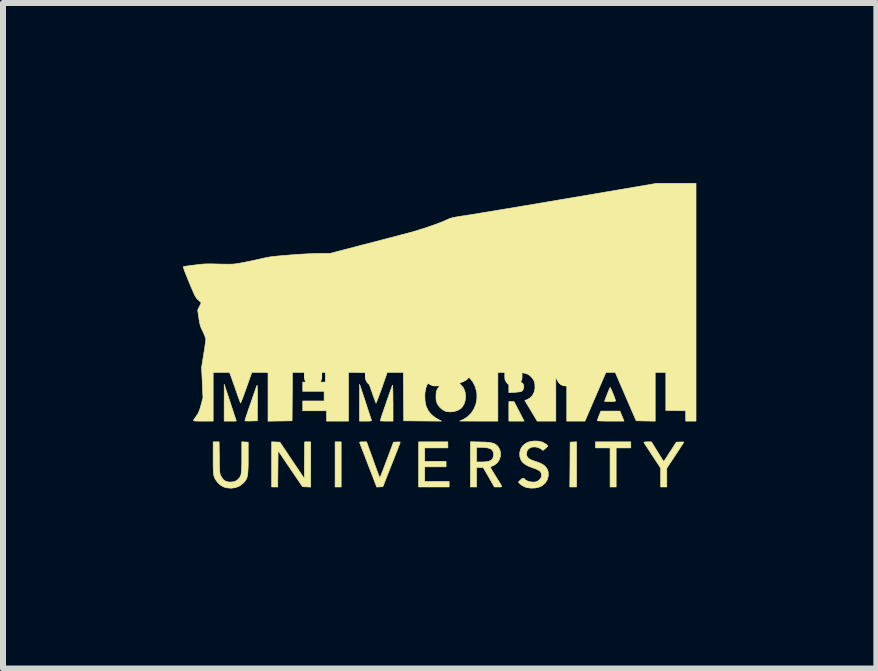
<source format=kicad_pcb>
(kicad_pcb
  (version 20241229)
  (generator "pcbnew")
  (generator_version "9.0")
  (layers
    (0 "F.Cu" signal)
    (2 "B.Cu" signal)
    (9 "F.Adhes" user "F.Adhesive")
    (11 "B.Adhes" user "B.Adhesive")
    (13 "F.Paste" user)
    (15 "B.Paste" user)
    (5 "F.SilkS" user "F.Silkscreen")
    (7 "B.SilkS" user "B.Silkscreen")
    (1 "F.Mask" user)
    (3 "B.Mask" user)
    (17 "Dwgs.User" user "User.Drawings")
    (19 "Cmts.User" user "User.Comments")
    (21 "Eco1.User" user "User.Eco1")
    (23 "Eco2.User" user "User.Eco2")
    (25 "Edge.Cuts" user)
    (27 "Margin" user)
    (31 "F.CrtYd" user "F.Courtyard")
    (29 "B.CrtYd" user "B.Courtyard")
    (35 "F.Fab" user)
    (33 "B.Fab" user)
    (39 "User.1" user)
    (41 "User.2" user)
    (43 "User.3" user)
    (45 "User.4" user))
  (footprint "MUN"
    (layer "F.Cu")
    (at 4.271 2.545)
    (property "Reference" "MUN" (at 0 0 0) (layer "F.SilkS") (effects (font (size 1.524 1.524) (thickness 0.3))))
    (attr through_hole)
    (fp_poly (pts (xy -1.636 2.52) (xy -1.737 2.52) (xy -1.737 1.768) (xy -1.636 1.768) (xy -1.636 2.52)) (stroke (width 0.01) (type solid)) (fill yes) (layer "F.SilkS"))
    (fp_poly (pts (xy 2.286 2.52) (xy 2.174 2.52) (xy 2.177 2.146) (xy 2.179 1.773) (xy 2.286 1.767) (xy 2.286 2.52)) (stroke (width 0.01) (type solid)) (fill yes) (layer "F.SilkS"))
    (fp_poly (pts (xy 1.201 1.097) (xy 1.245 1.098) (xy 1.329 1.26) (xy 1.413 1.422) (xy 1.158 1.422) (xy 1.158 1.097) (xy 1.201 1.097)) (stroke (width 0.01) (type solid)) (fill yes) (layer "F.SilkS"))
    (fp_poly (pts (xy 3.19 1.869) (xy 2.946 1.869) (xy 2.946 2.52) (xy 2.845 2.52) (xy 2.845 1.869) (xy 2.601 1.869) (xy 2.601 1.768) (xy 3.19 1.768) (xy 3.19 1.869)) (stroke (width 0.01) (type solid)) (fill yes) (layer "F.SilkS"))
    (fp_poly (pts (xy 0.142 1.869) (xy -0.244 1.869) (xy -0.244 2.093) (xy 0.112 2.093) (xy 0.112 2.184) (xy -0.244 2.184) (xy -0.244 2.428) (xy 0.163 2.428) (xy 0.163 2.52) (xy -0.345 2.52) (xy -0.345 1.768) (xy 0.142 1.768) (xy 0.142 1.869)) (stroke (width 0.01) (type solid)) (fill yes) (layer "F.SilkS"))
    (fp_poly (pts (xy -3.484 1.113) (xy -3.46 1.187) (xy -3.437 1.255) (xy -3.418 1.315) (xy -3.402 1.363) (xy -3.39 1.398) (xy -3.384 1.417) (xy -3.383 1.42) (xy -3.393 1.421) (xy -3.418 1.422) (xy -3.455 1.422) (xy -3.485 1.422) (xy -3.586 1.422) (xy -3.585 0.808) (xy -3.484 1.113)) (stroke (width 0.01) (type solid)) (fill yes) (layer "F.SilkS"))
    (fp_poly (pts (xy -1.233 1.097) (xy -1.209 1.171) (xy -1.187 1.239) (xy -1.167 1.298) (xy -1.151 1.347) (xy -1.139 1.383) (xy -1.133 1.402) (xy -1.132 1.405) (xy -1.131 1.413) (xy -1.137 1.418) (xy -1.153 1.421) (xy -1.183 1.422) (xy -1.229 1.422) (xy -1.331 1.422) (xy -1.329 0.808) (xy -1.233 1.097)) (stroke (width 0.01) (type solid)) (fill yes) (layer "F.SilkS"))
    (fp_poly (pts (xy 1.259 0.764) (xy 1.315 0.767) (xy 1.355 0.774) (xy 1.381 0.786) (xy 1.398 0.805) (xy 1.407 0.832) (xy 1.407 0.833) (xy 1.407 0.865) (xy 1.395 0.898) (xy 1.375 0.923) (xy 1.364 0.93) (xy 1.346 0.933) (xy 1.314 0.937) (xy 1.273 0.941) (xy 1.252 0.942) (xy 1.158 0.948) (xy 1.158 0.76) (xy 1.259 0.764)) (stroke (width 0.01) (type solid)) (fill yes) (layer "F.SilkS"))
    (fp_poly (pts (xy 3.034 1.316) (xy 3.049 1.351) (xy 3.062 1.383) (xy 3.069 1.4) (xy 3.078 1.422) (xy 2.855 1.422) (xy 2.79 1.422) (xy 2.732 1.421) (xy 2.685 1.42) (xy 2.651 1.418) (xy 2.633 1.416) (xy 2.631 1.415) (xy 2.635 1.402) (xy 2.644 1.376) (xy 2.657 1.341) (xy 2.661 1.331) (xy 2.691 1.255) (xy 3.009 1.255) (xy 3.034 1.316)) (stroke (width 0.01) (type solid)) (fill yes) (layer "F.SilkS"))
    (fp_poly (pts (xy -2.726 1.77) (xy -2.657 1.773) (xy -2.454 2.076) (xy -2.25 2.379) (xy -2.248 2.073) (xy -2.245 1.768) (xy -2.144 1.768) (xy -2.144 2.521) (xy -2.28 2.515) (xy -2.352 2.408) (xy -2.381 2.367) (xy -2.417 2.313) (xy -2.459 2.251) (xy -2.503 2.186) (xy -2.547 2.122) (xy -2.556 2.108) (xy -2.687 1.915) (xy -2.69 2.217) (xy -2.693 2.52) (xy -2.794 2.52) (xy -2.794 1.767) (xy -2.726 1.77)) (stroke (width 0.01) (type solid)) (fill yes) (layer "F.SilkS"))
    (fp_poly (pts (xy -3.035 0.829) (xy -3.033 0.853) (xy -3.031 0.897) (xy -3.03 0.961) (xy -3.03 1.044) (xy -3.03 1.113) (xy -3.033 1.417) (xy -3.137 1.42) (xy -3.18 1.421) (xy -3.215 1.42) (xy -3.236 1.418) (xy -3.241 1.416) (xy -3.238 1.404) (xy -3.229 1.376) (xy -3.215 1.334) (xy -3.198 1.282) (xy -3.178 1.222) (xy -3.156 1.158) (xy -3.133 1.093) (xy -3.111 1.028) (xy -3.09 0.967) (xy -3.071 0.914) (xy -3.056 0.87) (xy -3.044 0.84) (xy -3.038 0.825) (xy -3.038 0.824) (xy -3.035 0.829)) (stroke (width 0.01) (type solid)) (fill yes) (layer "F.SilkS"))
    (fp_poly (pts (xy 2.85 0.867) (xy 2.861 0.888) (xy 2.875 0.919) (xy 2.891 0.957) (xy 2.907 0.996) (xy 2.921 1.033) (xy 2.931 1.064) (xy 2.936 1.083) (xy 2.936 1.085) (xy 2.927 1.092) (xy 2.901 1.096) (xy 2.855 1.097) (xy 2.845 1.097) (xy 2.805 1.097) (xy 2.773 1.096) (xy 2.756 1.094) (xy 2.753 1.093) (xy 2.757 1.081) (xy 2.766 1.054) (xy 2.78 1.019) (xy 2.795 0.978) (xy 2.812 0.937) (xy 2.826 0.901) (xy 2.838 0.874) (xy 2.844 0.861) (xy 2.844 0.861) (xy 2.85 0.867)) (stroke (width 0.01) (type solid)) (fill yes) (layer "F.SilkS"))
    (fp_poly (pts (xy -0.779 0.829) (xy -0.777 0.853) (xy -0.775 0.892) (xy -0.774 0.946) (xy -0.773 1.011) (xy -0.773 1.085) (xy -0.772 1.115) (xy -0.772 1.422) (xy -0.879 1.422) (xy -0.923 1.422) (xy -0.958 1.42) (xy -0.98 1.418) (xy -0.986 1.416) (xy -0.982 1.404) (xy -0.973 1.376) (xy -0.96 1.335) (xy -0.942 1.283) (xy -0.922 1.224) (xy -0.9 1.16) (xy -0.878 1.094) (xy -0.855 1.03) (xy -0.834 0.969) (xy -0.815 0.915) (xy -0.799 0.871) (xy -0.788 0.84) (xy -0.782 0.824) (xy -0.781 0.823) (xy -0.779 0.829)) (stroke (width 0.01) (type solid)) (fill yes) (layer "F.SilkS"))
    (fp_poly (pts (xy 0.236 0.757) (xy 0.295 0.775) (xy 0.348 0.807) (xy 0.392 0.855) (xy 0.409 0.883) (xy 0.43 0.942) (xy 0.437 1.008) (xy 0.431 1.074) (xy 0.413 1.135) (xy 0.382 1.187) (xy 0.365 1.206) (xy 0.315 1.239) (xy 0.254 1.261) (xy 0.188 1.269) (xy 0.124 1.264) (xy 0.108 1.26) (xy 0.056 1.234) (xy 0.008 1.193) (xy -0.027 1.145) (xy -0.042 1.115) (xy -0.051 1.087) (xy -0.055 1.055) (xy -0.056 1.011) (xy -0.054 0.962) (xy -0.049 0.927) (xy -0.038 0.898) (xy -0.033 0.888) (xy 0.006 0.832) (xy 0.056 0.792) (xy 0.113 0.766) (xy 0.174 0.754) (xy 0.236 0.757)) (stroke (width 0.01) (type solid)) (fill yes) (layer "F.SilkS"))
    (fp_poly (pts (xy 3.634 1.93) (xy 3.666 1.981) (xy 3.694 2.025) (xy 3.716 2.06) (xy 3.732 2.084) (xy 3.739 2.092) (xy 3.739 2.092) (xy 3.746 2.084) (xy 3.762 2.061) (xy 3.785 2.027) (xy 3.813 1.983) (xy 3.845 1.933) (xy 3.846 1.933) (xy 3.948 1.773) (xy 4.011 1.77) (xy 4.044 1.769) (xy 4.067 1.77) (xy 4.074 1.772) (xy 4.069 1.782) (xy 4.054 1.806) (xy 4.03 1.842) (xy 4 1.889) (xy 3.964 1.943) (xy 3.932 1.992) (xy 3.79 2.206) (xy 3.79 2.52) (xy 3.688 2.52) (xy 3.688 2.205) (xy 3.552 1.999) (xy 3.514 1.941) (xy 3.48 1.889) (xy 3.45 1.844) (xy 3.428 1.809) (xy 3.414 1.787) (xy 3.41 1.781) (xy 3.411 1.773) (xy 3.426 1.769) (xy 3.458 1.768) (xy 3.469 1.768) (xy 3.535 1.768) (xy 3.634 1.93)) (stroke (width 0.01) (type solid)) (fill yes) (layer "F.SilkS"))
    (fp_poly (pts (xy -1.132 1.989) (xy -1.097 2.087) (xy -1.068 2.168) (xy -1.044 2.232) (xy -1.026 2.282) (xy -1.012 2.319) (xy -1.001 2.343) (xy -0.994 2.358) (xy -0.99 2.364) (xy -0.989 2.364) (xy -0.984 2.353) (xy -0.973 2.326) (xy -0.957 2.285) (xy -0.936 2.231) (xy -0.912 2.168) (xy -0.886 2.098) (xy -0.874 2.066) (xy -0.764 1.773) (xy -0.706 1.77) (xy -0.674 1.769) (xy -0.657 1.771) (xy -0.653 1.777) (xy -0.654 1.785) (xy -0.659 1.798) (xy -0.671 1.828) (xy -0.688 1.873) (xy -0.71 1.93) (xy -0.737 1.997) (xy -0.766 2.071) (xy -0.798 2.152) (xy -0.801 2.159) (xy -0.941 2.515) (xy -1.043 2.521) (xy -1.182 2.162) (xy -1.213 2.081) (xy -1.242 2.005) (xy -1.268 1.937) (xy -1.291 1.879) (xy -1.308 1.833) (xy -1.321 1.801) (xy -1.326 1.786) (xy -1.327 1.786) (xy -1.328 1.776) (xy -1.32 1.77) (xy -1.299 1.768) (xy -1.272 1.768) (xy -1.212 1.768) (xy -1.132 1.989)) (stroke (width 0.01) (type solid)) (fill yes) (layer "F.SilkS"))
    (fp_poly (pts (xy -3.185 1.773) (xy -3.185 2.037) (xy -3.185 2.13) (xy -3.187 2.205) (xy -3.19 2.266) (xy -3.195 2.313) (xy -3.202 2.351) (xy -3.213 2.382) (xy -3.227 2.408) (xy -3.246 2.432) (xy -3.269 2.457) (xy -3.271 2.459) (xy -3.328 2.502) (xy -3.395 2.53) (xy -3.468 2.54) (xy -3.543 2.534) (xy -3.594 2.519) (xy -3.647 2.489) (xy -3.695 2.444) (xy -3.734 2.391) (xy -3.754 2.344) (xy -3.759 2.322) (xy -3.763 2.294) (xy -3.766 2.256) (xy -3.768 2.206) (xy -3.769 2.141) (xy -3.769 2.06) (xy -3.769 2.03) (xy -3.769 1.768) (xy -3.67 1.768) (xy -3.666 2.029) (xy -3.665 2.109) (xy -3.664 2.172) (xy -3.662 2.219) (xy -3.66 2.255) (xy -3.658 2.281) (xy -3.654 2.301) (xy -3.649 2.317) (xy -3.642 2.333) (xy -3.637 2.342) (xy -3.606 2.39) (xy -3.567 2.421) (xy -3.518 2.436) (xy -3.483 2.438) (xy -3.427 2.433) (xy -3.383 2.416) (xy -3.346 2.385) (xy -3.339 2.377) (xy -3.325 2.359) (xy -3.315 2.339) (xy -3.306 2.315) (xy -3.3 2.284) (xy -3.296 2.243) (xy -3.294 2.19) (xy -3.292 2.123) (xy -3.292 2.038) (xy -3.292 2.019) (xy -3.292 1.767) (xy -3.185 1.773)) (stroke (width 0.01) (type solid)) (fill yes) (layer "F.SilkS"))
    (fp_poly (pts (xy 0.688 1.77) (xy 0.767 1.772) (xy 0.828 1.777) (xy 0.875 1.785) (xy 0.912 1.796) (xy 0.941 1.813) (xy 0.966 1.834) (xy 0.977 1.847) (xy 1.007 1.897) (xy 1.02 1.953) (xy 1.017 2.01) (xy 1 2.064) (xy 0.969 2.112) (xy 0.925 2.15) (xy 0.889 2.168) (xy 0.865 2.179) (xy 0.852 2.19) (xy 0.851 2.194) (xy 0.857 2.206) (xy 0.872 2.232) (xy 0.894 2.269) (xy 0.922 2.314) (xy 0.94 2.343) (xy 0.978 2.403) (xy 1.006 2.448) (xy 1.025 2.48) (xy 1.035 2.501) (xy 1.036 2.513) (xy 1.031 2.519) (xy 1.018 2.52) (xy 0.998 2.52) (xy 0.982 2.52) (xy 0.917 2.52) (xy 0.824 2.357) (xy 0.73 2.195) (xy 0.62 2.195) (xy 0.62 2.52) (xy 0.518 2.52) (xy 0.518 1.859) (xy 0.62 1.859) (xy 0.62 2.103) (xy 0.699 2.103) (xy 0.743 2.102) (xy 0.785 2.098) (xy 0.817 2.093) (xy 0.818 2.093) (xy 0.862 2.075) (xy 0.891 2.043) (xy 0.903 1.999) (xy 0.904 1.982) (xy 0.899 1.939) (xy 0.882 1.907) (xy 0.851 1.883) (xy 0.805 1.868) (xy 0.742 1.861) (xy 0.69 1.859) (xy 0.62 1.859) (xy 0.518 1.859) (xy 0.518 1.766) (xy 0.688 1.77)) (stroke (width 0.01) (type solid)) (fill yes) (layer "F.SilkS"))
    (fp_poly (pts (xy 1.641 1.755) (xy 1.696 1.765) (xy 1.702 1.767) (xy 1.731 1.779) (xy 1.761 1.796) (xy 1.788 1.814) (xy 1.805 1.83) (xy 1.808 1.837) (xy 1.801 1.847) (xy 1.783 1.865) (xy 1.768 1.878) (xy 1.727 1.911) (xy 1.693 1.885) (xy 1.648 1.862) (xy 1.595 1.852) (xy 1.543 1.855) (xy 1.531 1.859) (xy 1.488 1.882) (xy 1.462 1.917) (xy 1.453 1.964) (xy 1.453 1.965) (xy 1.457 2) (xy 1.472 2.028) (xy 1.499 2.051) (xy 1.541 2.073) (xy 1.6 2.094) (xy 1.621 2.1) (xy 1.696 2.129) (xy 1.753 2.165) (xy 1.791 2.209) (xy 1.812 2.261) (xy 1.814 2.273) (xy 1.815 2.34) (xy 1.797 2.403) (xy 1.761 2.457) (xy 1.708 2.501) (xy 1.7 2.506) (xy 1.65 2.526) (xy 1.589 2.537) (xy 1.524 2.539) (xy 1.462 2.53) (xy 1.427 2.52) (xy 1.391 2.502) (xy 1.358 2.48) (xy 1.346 2.469) (xy 1.317 2.439) (xy 1.342 2.412) (xy 1.374 2.383) (xy 1.397 2.372) (xy 1.413 2.379) (xy 1.414 2.381) (xy 1.437 2.404) (xy 1.474 2.422) (xy 1.518 2.434) (xy 1.564 2.439) (xy 1.606 2.435) (xy 1.629 2.427) (xy 1.671 2.397) (xy 1.697 2.36) (xy 1.704 2.319) (xy 1.696 2.285) (xy 1.682 2.263) (xy 1.658 2.243) (xy 1.621 2.224) (xy 1.567 2.204) (xy 1.543 2.196) (xy 1.471 2.167) (xy 1.414 2.133) (xy 1.375 2.095) (xy 1.363 2.076) (xy 1.341 2.012) (xy 1.339 1.949) (xy 1.354 1.89) (xy 1.387 1.837) (xy 1.436 1.795) (xy 1.471 1.776) (xy 1.52 1.761) (xy 1.579 1.754) (xy 1.641 1.755)) (stroke (width 0.01) (type solid)) (fill yes) (layer "F.SilkS"))
    (fp_poly (pts (xy 4.277 1.422) (xy 4.105 1.422) (xy 4.105 1.25) (xy 3.94 1.247) (xy 3.774 1.245) (xy 3.774 0.61) (xy 3.597 0.61) (xy 3.597 1.423) (xy 3.438 1.42) (xy 3.28 1.417) (xy 3.105 1.014) (xy 2.931 0.61) (xy 2.854 0.61) (xy 2.776 0.61) (xy 2.601 1.016) (xy 2.426 1.422) (xy 2.123 1.422) (xy 2.123 0.61) (xy 1.941 0.61) (xy 1.941 1.422) (xy 1.631 1.422) (xy 1.424 1.078) (xy 1.454 1.068) (xy 1.508 1.039) (xy 1.551 0.996) (xy 1.579 0.941) (xy 1.594 0.878) (xy 1.592 0.809) (xy 1.584 0.767) (xy 1.568 0.732) (xy 1.541 0.696) (xy 1.53 0.684) (xy 1.505 0.662) (xy 1.479 0.644) (xy 1.448 0.63) (xy 1.411 0.621) (xy 1.364 0.615) (xy 1.304 0.611) (xy 1.228 0.61) (xy 1.177 0.61) (xy 0.975 0.61) (xy 0.975 1.422) (xy 0.658 1.422) (xy 0.34 1.421) (xy 0.394 1.397) (xy 0.465 1.354) (xy 0.525 1.296) (xy 0.573 1.226) (xy 0.607 1.146) (xy 0.625 1.061) (xy 0.626 0.973) (xy 0.622 0.941) (xy 0.598 0.848) (xy 0.558 0.769) (xy 0.504 0.703) (xy 0.436 0.652) (xy 0.356 0.615) (xy 0.263 0.594) (xy 0.186 0.589) (xy 0.096 0.597) (xy 0.012 0.619) (xy -0.063 0.655) (xy -0.125 0.702) (xy -0.153 0.732) (xy -0.196 0.797) (xy -0.224 0.866) (xy -0.239 0.945) (xy -0.242 0.987) (xy -0.239 1.086) (xy -0.221 1.172) (xy -0.187 1.246) (xy -0.136 1.31) (xy -0.068 1.364) (xy -0.03 1.387) (xy 0.036 1.422) (xy -0.279 1.42) (xy -0.594 1.417) (xy -0.6 0.61) (xy -0.734 0.61) (xy -0.869 0.61) (xy -0.897 0.693) (xy -0.924 0.77) (xy -0.95 0.845) (xy -0.975 0.915) (xy -0.999 0.979) (xy -1.019 1.034) (xy -1.036 1.077) (xy -1.048 1.107) (xy -1.055 1.121) (xy -1.056 1.122) (xy -1.06 1.111) (xy -1.071 1.084) (xy -1.086 1.043) (xy -1.105 0.99) (xy -1.126 0.929) (xy -1.149 0.866) (xy -1.237 0.615) (xy -1.514 0.609) (xy -1.514 1.422) (xy -1.88 1.422) (xy -1.88 1.25) (xy -2.276 1.25) (xy -2.276 1.087) (xy -1.92 1.087) (xy -1.92 0.925) (xy -2.276 0.925) (xy -2.276 0.772) (xy -1.9 0.772) (xy -1.9 0.61) (xy -2.448 0.61) (xy -2.451 1.013) (xy -2.454 1.417) (xy -2.654 1.42) (xy -2.855 1.423) (xy -2.855 0.61) (xy -2.99 0.61) (xy -3.124 0.61) (xy -3.216 0.868) (xy -3.24 0.936) (xy -3.262 0.997) (xy -3.281 1.048) (xy -3.297 1.087) (xy -3.308 1.112) (xy -3.313 1.12) (xy -3.313 1.12) (xy -3.318 1.108) (xy -3.329 1.081) (xy -3.344 1.04) (xy -3.362 0.989) (xy -3.383 0.93) (xy -3.388 0.914) (xy -3.41 0.851) (xy -3.432 0.79) (xy -3.451 0.736) (xy -3.466 0.693) (xy -3.476 0.665) (xy -3.477 0.663) (xy -3.497 0.61) (xy -3.769 0.61) (xy -3.769 1.422) (xy -3.938 1.422) (xy -4.002 1.422) (xy -4.048 1.421) (xy -4.078 1.419) (xy -4.094 1.416) (xy -4.099 1.412) (xy -4.098 1.41) (xy -4.089 1.396) (xy -4.072 1.37) (xy -4.05 1.338) (xy -4.047 1.335) (xy -4.025 1.301) (xy -4.008 1.266) (xy -3.992 1.225) (xy -3.976 1.171) (xy -3.971 1.152) (xy -3.939 1.031) (xy -3.95 0.78) (xy -3.962 0.528) (xy -3.927 0.307) (xy -3.916 0.241) (xy -3.907 0.18) (xy -3.9 0.128) (xy -3.894 0.088) (xy -3.892 0.063) (xy -3.891 0.058) (xy -3.896 0.038) (xy -3.908 0.004) (xy -3.925 -0.037) (xy -3.94 -0.069) (xy -3.962 -0.114) (xy -3.977 -0.151) (xy -3.988 -0.187) (xy -3.997 -0.229) (xy -4.006 -0.283) (xy -4.008 -0.298) (xy -4.027 -0.428) (xy -3.997 -0.49) (xy -3.968 -0.551) (xy -4.016 -0.595) (xy -4.033 -0.611) (xy -4.047 -0.628) (xy -4.061 -0.649) (xy -4.077 -0.676) (xy -4.094 -0.714) (xy -4.116 -0.764) (xy -4.144 -0.829) (xy -4.149 -0.84) (xy -4.188 -0.935) (xy -4.22 -1.014) (xy -4.244 -1.075) (xy -4.259 -1.119) (xy -4.266 -1.145) (xy -4.266 -1.152) (xy -4.255 -1.155) (xy -4.227 -1.159) (xy -4.186 -1.165) (xy -4.135 -1.172) (xy -4.084 -1.178) (xy -4.022 -1.186) (xy -3.969 -1.192) (xy -3.919 -1.196) (xy -3.869 -1.198) (xy -3.813 -1.198) (xy -3.746 -1.197) (xy -3.673 -1.195) (xy -3.596 -1.194) (xy -3.535 -1.193) (xy -3.487 -1.193) (xy -3.446 -1.194) (xy -3.409 -1.197) (xy -3.371 -1.202) (xy -3.329 -1.209) (xy -3.297 -1.215) (xy -3.234 -1.227) (xy -3.16 -1.242) (xy -3.082 -1.259) (xy -3.008 -1.275) (xy -2.987 -1.28) (xy -2.937 -1.292) (xy -2.891 -1.301) (xy -2.847 -1.31) (xy -2.801 -1.317) (xy -2.749 -1.323) (xy -2.689 -1.329) (xy -2.616 -1.336) (xy -2.527 -1.343) (xy -2.497 -1.346) (xy -2.407 -1.352) (xy -2.314 -1.359) (xy -2.223 -1.364) (xy -2.138 -1.368) (xy -2.064 -1.371) (xy -2.005 -1.372) (xy -1.999 -1.372) (xy -1.824 -1.372) (xy -1.275 -1.515) (xy -1.165 -1.543) (xy -1.053 -1.572) (xy -0.944 -1.601) (xy -0.84 -1.628) (xy -0.743 -1.653) (xy -0.657 -1.676) (xy -0.584 -1.695) (xy -0.526 -1.71) (xy -0.513 -1.714) (xy -0.428 -1.737) (xy -0.337 -1.765) (xy -0.243 -1.794) (xy -0.15 -1.826) (xy -0.062 -1.857) (xy 0.018 -1.887) (xy 0.085 -1.914) (xy 0.136 -1.938) (xy 0.138 -1.938) (xy 0.16 -1.949) (xy 0.183 -1.957) (xy 0.211 -1.965) (xy 0.247 -1.973) (xy 0.294 -1.982) (xy 0.354 -1.992) (xy 0.43 -2.003) (xy 0.453 -2.007) (xy 0.493 -2.013) (xy 0.552 -2.022) (xy 0.628 -2.034) (xy 0.72 -2.05) (xy 0.826 -2.067) (xy 0.946 -2.087) (xy 1.077 -2.109) (xy 1.219 -2.132) (xy 1.37 -2.158) (xy 1.528 -2.184) (xy 1.692 -2.212) (xy 1.861 -2.241) (xy 2.034 -2.27) (xy 2.164 -2.292) (xy 3.622 -2.54) (xy 4.277 -2.54) (xy 4.277 1.422)) (stroke (width 0.01) (type solid)) (fill yes) (layer "F.SilkS")))
  (gr_rect
    (start -3 -3)
    (end 11.553 8.09)
    (stroke (width 0.1) (type default))
    (fill no)
    (layer "Edge.Cuts")))
</source>
